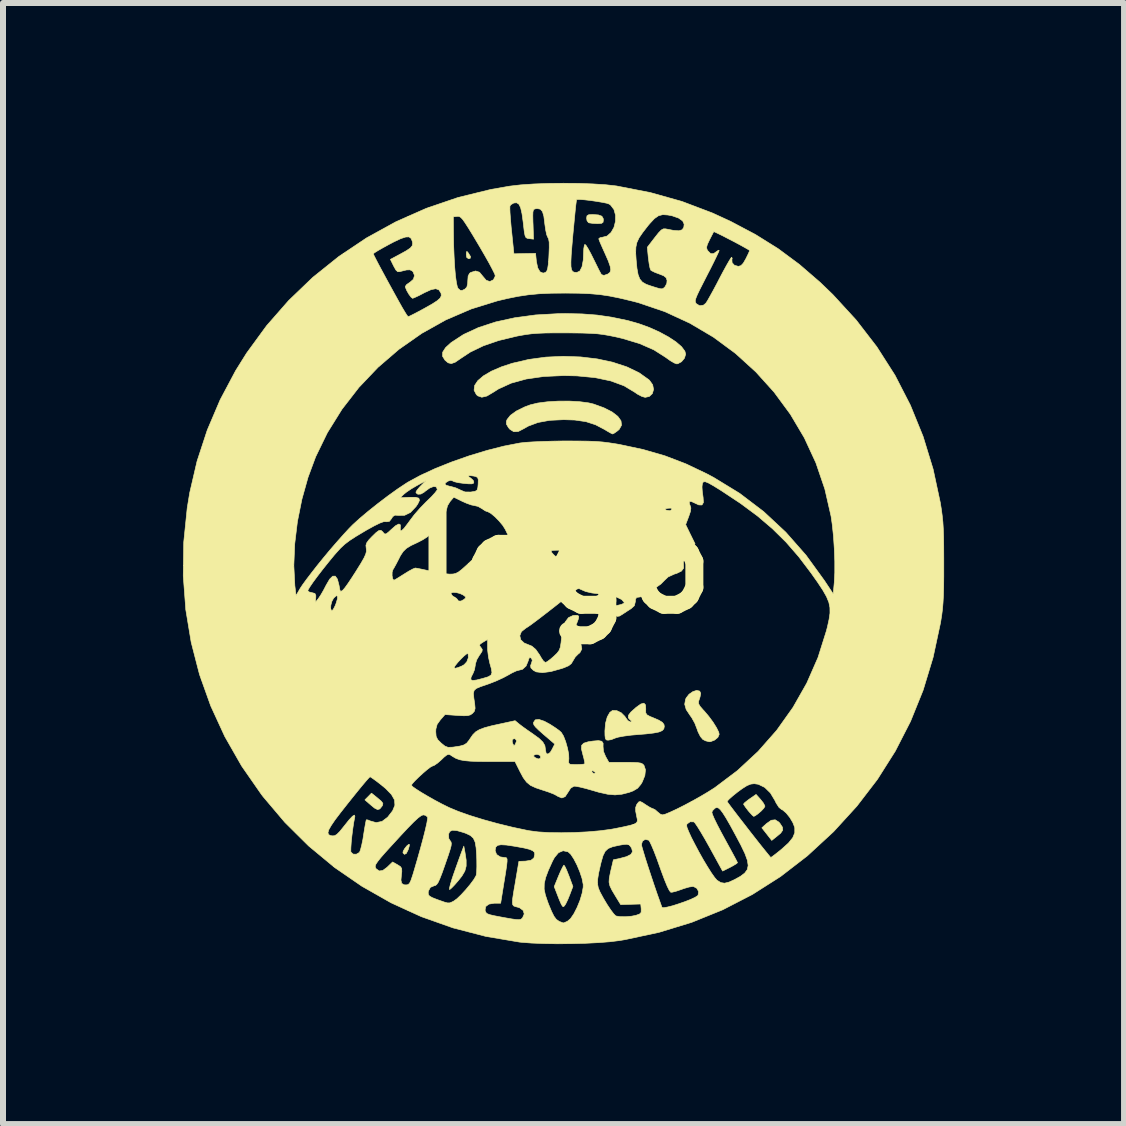
<source format=kicad_pcb>
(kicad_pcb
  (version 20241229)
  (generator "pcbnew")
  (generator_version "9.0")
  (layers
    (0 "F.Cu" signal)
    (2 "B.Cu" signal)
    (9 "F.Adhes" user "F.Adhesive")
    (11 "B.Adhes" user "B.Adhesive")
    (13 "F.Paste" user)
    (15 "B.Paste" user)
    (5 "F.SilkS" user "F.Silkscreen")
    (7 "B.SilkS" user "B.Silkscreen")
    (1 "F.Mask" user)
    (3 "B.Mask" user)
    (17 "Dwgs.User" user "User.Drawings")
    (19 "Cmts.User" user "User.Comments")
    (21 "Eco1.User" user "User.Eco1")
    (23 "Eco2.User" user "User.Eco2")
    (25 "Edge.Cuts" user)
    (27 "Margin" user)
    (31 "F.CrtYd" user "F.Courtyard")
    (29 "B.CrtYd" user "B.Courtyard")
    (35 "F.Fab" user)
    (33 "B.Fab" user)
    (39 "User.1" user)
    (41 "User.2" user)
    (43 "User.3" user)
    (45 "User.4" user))
  (footprint "logo"
    (layer "F.Cu")
    (at 6.348 6.343)
    (property "Reference" "logo" (at 0 0 0) (layer "F.SilkS") (effects (font (size 1.524 1.524) (thickness 0.3))))
    (attr through_hole)
    (fp_poly (pts (xy -1.587 -5.17) (xy -1.553 -5.114) (xy -1.561 -5.085) (xy -1.587 -5.08) (xy -1.618 -5.102) (xy -1.625 -5.15) (xy -1.622 -5.197) (xy -1.61 -5.199) (xy -1.587 -5.17)) (stroke (width 0.01) (type solid)) (fill yes) (layer "F.SilkS"))
    (fp_poly (pts (xy -3.101 3.913) (xy -3.041 3.964) (xy -3.016 3.998) (xy -3.019 4.027) (xy -3.031 4.048) (xy -3.067 4.092) (xy -3.104 4.103) (xy -3.154 4.078) (xy -3.215 4.028) (xy -3.315 3.941) (xy -3.205 3.829) (xy -3.101 3.913)) (stroke (width 0.01) (type solid)) (fill yes) (layer "F.SilkS"))
    (fp_poly (pts (xy -2.574 4.682) (xy -2.575 4.709) (xy -2.591 4.764) (xy -2.593 4.771) (xy -2.625 4.835) (xy -2.656 4.849) (xy -2.681 4.824) (xy -2.676 4.795) (xy -2.65 4.75) (xy -2.615 4.707) (xy -2.584 4.682) (xy -2.574 4.682)) (stroke (width 0.01) (type solid)) (fill yes) (layer "F.SilkS"))
    (fp_poly (pts (xy 3.586 4.312) (xy 3.605 4.334) (xy 3.646 4.397) (xy 3.65 4.446) (xy 3.616 4.496) (xy 3.562 4.541) (xy 3.467 4.617) (xy 3.385 4.512) (xy 3.302 4.407) (xy 3.379 4.337) (xy 3.458 4.281) (xy 3.525 4.273) (xy 3.586 4.312)) (stroke (width 0.01) (type solid)) (fill yes) (layer "F.SilkS"))
    (fp_poly (pts (xy 0.578 -5.81) (xy 0.635 -5.789) (xy 0.658 -5.749) (xy 0.66 -5.725) (xy 0.655 -5.687) (xy 0.63 -5.67) (xy 0.571 -5.666) (xy 0.552 -5.666) (xy 0.478 -5.67) (xy 0.422 -5.678) (xy 0.413 -5.681) (xy 0.388 -5.713) (xy 0.381 -5.755) (xy 0.387 -5.795) (xy 0.415 -5.813) (xy 0.478 -5.817) (xy 0.481 -5.817) (xy 0.578 -5.81)) (stroke (width 0.01) (type solid)) (fill yes) (layer "F.SilkS"))
    (fp_poly (pts (xy -1.647 4.813) (xy -1.627 4.945) (xy -1.627 5.045) (xy -1.649 5.128) (xy -1.698 5.211) (xy -1.754 5.282) (xy -1.816 5.354) (xy -1.868 5.408) (xy -1.9 5.435) (xy -1.904 5.436) (xy -1.905 5.413) (xy -1.891 5.354) (xy -1.865 5.266) (xy -1.839 5.188) (xy -1.797 5.069) (xy -1.756 4.954) (xy -1.722 4.861) (xy -1.709 4.826) (xy -1.666 4.712) (xy -1.647 4.813)) (stroke (width 0.01) (type solid)) (fill yes) (layer "F.SilkS"))
    (fp_poly (pts (xy 3.279 3.932) (xy 3.325 3.99) (xy 3.351 4.038) (xy 3.353 4.049) (xy 3.335 4.08) (xy 3.291 4.127) (xy 3.236 4.174) (xy 3.188 4.208) (xy 3.166 4.216) (xy 3.144 4.199) (xy 3.102 4.153) (xy 3.075 4.122) (xy 3.03 4.063) (xy 3.002 4.021) (xy 2.997 4.011) (xy 3.016 3.988) (xy 3.065 3.949) (xy 3.102 3.922) (xy 3.206 3.85) (xy 3.279 3.932)) (stroke (width 0.01) (type solid)) (fill yes) (layer "F.SilkS"))
    (fp_poly (pts (xy 0.019 5.051) (xy 0.047 5.109) (xy 0.08 5.192) (xy 0.086 5.207) (xy 0.152 5.385) (xy 0.101 5.52) (xy 0.067 5.604) (xy 0.033 5.674) (xy 0.016 5.701) (xy -0.002 5.721) (xy -0.02 5.716) (xy -0.042 5.68) (xy -0.074 5.606) (xy -0.089 5.568) (xy -0.159 5.387) (xy -0.086 5.208) (xy -0.049 5.123) (xy -0.018 5.06) (xy 0.001 5.03) (xy 0.003 5.029) (xy 0.019 5.051)) (stroke (width 0.01) (type solid)) (fill yes) (layer "F.SilkS"))
    (fp_poly (pts (xy 2.263 2.127) (xy 2.267 2.13) (xy 2.283 2.165) (xy 2.272 2.225) (xy 2.264 2.249) (xy 2.247 2.301) (xy 2.248 2.339) (xy 2.272 2.381) (xy 2.324 2.441) (xy 2.335 2.452) (xy 2.416 2.547) (xy 2.489 2.646) (xy 2.547 2.739) (xy 2.583 2.813) (xy 2.591 2.848) (xy 2.569 2.899) (xy 2.515 2.944) (xy 2.448 2.97) (xy 2.426 2.972) (xy 2.365 2.957) (xy 2.318 2.933) (xy 2.278 2.885) (xy 2.239 2.808) (xy 2.223 2.762) (xy 2.185 2.664) (xy 2.133 2.57) (xy 2.109 2.537) (xy 2.041 2.435) (xy 2.016 2.347) (xy 2.031 2.263) (xy 2.041 2.242) (xy 2.088 2.181) (xy 2.151 2.137) (xy 2.215 2.116) (xy 2.263 2.127)) (stroke (width 0.01) (type solid)) (fill yes) (layer "F.SilkS"))
    (fp_poly (pts (xy 0.264 -2.697) (xy 0.415 -2.677) (xy 0.495 -2.658) (xy 0.669 -2.595) (xy 0.805 -2.526) (xy 0.901 -2.452) (xy 0.954 -2.378) (xy 0.963 -2.305) (xy 0.925 -2.236) (xy 0.898 -2.212) (xy 0.848 -2.176) (xy 0.816 -2.159) (xy 0.814 -2.159) (xy 0.785 -2.172) (xy 0.728 -2.204) (xy 0.679 -2.234) (xy 0.53 -2.312) (xy 0.37 -2.364) (xy 0.185 -2.391) (xy 0 -2.397) (xy -0.235 -2.386) (xy -0.431 -2.35) (xy -0.591 -2.29) (xy -0.665 -2.248) (xy -0.758 -2.2) (xy -0.833 -2.196) (xy -0.897 -2.236) (xy -0.923 -2.266) (xy -0.956 -2.323) (xy -0.956 -2.37) (xy -0.945 -2.399) (xy -0.889 -2.47) (xy -0.789 -2.542) (xy -0.65 -2.61) (xy -0.559 -2.644) (xy -0.435 -2.674) (xy -0.275 -2.695) (xy -0.096 -2.706) (xy 0.089 -2.707) (xy 0.264 -2.697)) (stroke (width 0.01) (type solid)) (fill yes) (layer "F.SilkS"))
    (fp_poly (pts (xy 0.281 -3.443) (xy 0.558 -3.41) (xy 0.817 -3.354) (xy 1.052 -3.277) (xy 1.254 -3.18) (xy 1.417 -3.064) (xy 1.429 -3.053) (xy 1.482 -2.979) (xy 1.497 -2.901) (xy 1.477 -2.832) (xy 1.426 -2.784) (xy 1.357 -2.769) (xy 1.303 -2.784) (xy 1.23 -2.822) (xy 1.182 -2.855) (xy 1.004 -2.962) (xy 0.784 -3.043) (xy 0.522 -3.098) (xy 0.22 -3.127) (xy 0 -3.132) (xy -0.334 -3.117) (xy -0.625 -3.075) (xy -0.876 -3.006) (xy -1.087 -2.91) (xy -1.175 -2.854) (xy -1.281 -2.791) (xy -1.366 -2.771) (xy -1.433 -2.794) (xy -1.457 -2.815) (xy -1.495 -2.888) (xy -1.486 -2.967) (xy -1.433 -3.047) (xy -1.338 -3.128) (xy -1.205 -3.206) (xy -1.035 -3.279) (xy -0.859 -3.337) (xy -0.584 -3.401) (xy -0.297 -3.44) (xy -0.007 -3.453) (xy 0.281 -3.443)) (stroke (width 0.01) (type solid)) (fill yes) (layer "F.SilkS"))
    (fp_poly (pts (xy 1.363 2.358) (xy 1.367 2.429) (xy 1.366 2.448) (xy 1.367 2.492) (xy 1.387 2.523) (xy 1.438 2.551) (xy 1.486 2.57) (xy 1.585 2.613) (xy 1.644 2.649) (xy 1.671 2.685) (xy 1.676 2.718) (xy 1.668 2.757) (xy 1.64 2.787) (xy 1.585 2.81) (xy 1.496 2.827) (xy 1.367 2.842) (xy 1.265 2.85) (xy 1.124 2.862) (xy 1.002 2.878) (xy 0.91 2.895) (xy 0.86 2.91) (xy 0.792 2.937) (xy 0.738 2.946) (xy 0.709 2.941) (xy 0.693 2.918) (xy 0.687 2.865) (xy 0.686 2.791) (xy 0.696 2.665) (xy 0.725 2.559) (xy 0.768 2.483) (xy 0.812 2.451) (xy 0.883 2.453) (xy 0.958 2.489) (xy 1.019 2.55) (xy 1.031 2.57) (xy 1.069 2.62) (xy 1.11 2.642) (xy 1.11 2.642) (xy 1.137 2.638) (xy 1.123 2.62) (xy 1.106 2.607) (xy 1.075 2.572) (xy 1.079 2.53) (xy 1.12 2.476) (xy 1.202 2.403) (xy 1.206 2.399) (xy 1.285 2.343) (xy 1.336 2.329) (xy 1.363 2.358)) (stroke (width 0.01) (type solid)) (fill yes) (layer "F.SilkS"))
    (fp_poly (pts (xy 0.305 -4.16) (xy 0.555 -4.141) (xy 0.795 -4.106) (xy 1.045 -4.054) (xy 1.065 -4.05) (xy 1.249 -3.998) (xy 1.428 -3.933) (xy 1.595 -3.858) (xy 1.744 -3.777) (xy 1.869 -3.695) (xy 1.963 -3.614) (xy 2.019 -3.539) (xy 2.032 -3.489) (xy 2.012 -3.422) (xy 1.963 -3.363) (xy 1.902 -3.33) (xy 1.884 -3.327) (xy 1.842 -3.342) (xy 1.775 -3.381) (xy 1.697 -3.437) (xy 1.694 -3.439) (xy 1.502 -3.561) (xy 1.265 -3.665) (xy 0.983 -3.75) (xy 0.864 -3.778) (xy 0.755 -3.8) (xy 0.657 -3.817) (xy 0.558 -3.829) (xy 0.446 -3.836) (xy 0.312 -3.841) (xy 0.144 -3.843) (xy 0.038 -3.844) (xy -0.154 -3.844) (xy -0.306 -3.842) (xy -0.429 -3.837) (xy -0.535 -3.829) (xy -0.634 -3.816) (xy -0.738 -3.798) (xy -0.784 -3.789) (xy -1.083 -3.717) (xy -1.339 -3.629) (xy -1.559 -3.523) (xy -1.725 -3.413) (xy -1.811 -3.354) (xy -1.875 -3.332) (xy -1.928 -3.345) (xy -1.98 -3.389) (xy -2.021 -3.455) (xy -2.018 -3.523) (xy -1.97 -3.598) (xy -1.878 -3.682) (xy -1.671 -3.817) (xy -1.423 -3.932) (xy -1.136 -4.026) (xy -0.817 -4.096) (xy -0.469 -4.143) (xy -0.098 -4.164) (xy 0.025 -4.166) (xy 0.305 -4.16)) (stroke (width 0.01) (type solid)) (fill yes) (layer "F.SilkS"))
    (fp_poly (pts (xy 0.246 -6.336) (xy 0.487 -6.327) (xy 0.702 -6.313) (xy 0.88 -6.293) (xy 0.889 -6.291) (xy 1.443 -6.183) (xy 1.97 -6.035) (xy 2.479 -5.842) (xy 2.781 -5.703) (xy 3.195 -5.484) (xy 3.573 -5.248) (xy 3.928 -4.985) (xy 4.273 -4.687) (xy 4.484 -4.484) (xy 4.874 -4.059) (xy 5.22 -3.61) (xy 5.522 -3.137) (xy 5.778 -2.639) (xy 5.99 -2.118) (xy 6.157 -1.573) (xy 6.277 -1.014) (xy 6.295 -0.901) (xy 6.309 -0.796) (xy 6.32 -0.691) (xy 6.327 -0.577) (xy 6.332 -0.444) (xy 6.334 -0.282) (xy 6.335 -0.081) (xy 6.335 0) (xy 6.335 0.218) (xy 6.333 0.394) (xy 6.329 0.537) (xy 6.322 0.658) (xy 6.313 0.765) (xy 6.3 0.867) (xy 6.283 0.973) (xy 6.28 0.991) (xy 6.157 1.565) (xy 5.991 2.112) (xy 5.781 2.632) (xy 5.527 3.128) (xy 5.229 3.599) (xy 4.886 4.046) (xy 4.499 4.47) (xy 4.484 4.484) (xy 4.061 4.874) (xy 3.614 5.219) (xy 3.144 5.518) (xy 2.65 5.773) (xy 2.132 5.983) (xy 1.589 6.149) (xy 1.021 6.271) (xy 0.925 6.287) (xy 0.77 6.306) (xy 0.577 6.321) (xy 0.357 6.332) (xy 0.124 6.338) (xy -0.112 6.34) (xy -0.337 6.336) (xy -0.54 6.328) (xy -0.707 6.315) (xy -0.737 6.312) (xy -1.299 6.217) (xy -1.846 6.075) (xy -2.374 5.888) (xy -2.613 5.779) (xy -1.312 5.779) (xy -1.305 5.802) (xy -1.294 5.823) (xy -1.273 5.84) (xy -1.233 5.855) (xy -1.165 5.871) (xy -1.061 5.891) (xy -0.991 5.904) (xy -0.872 5.925) (xy -0.793 5.936) (xy -0.744 5.938) (xy -0.714 5.931) (xy -0.694 5.915) (xy -0.687 5.907) (xy -0.659 5.843) (xy -0.677 5.784) (xy -0.736 5.74) (xy -0.768 5.73) (xy -0.807 5.72) (xy -0.835 5.709) (xy -0.851 5.688) (xy -0.856 5.651) (xy -0.852 5.589) (xy -0.838 5.495) (xy -0.827 5.429) (xy -0.327 5.429) (xy -0.307 5.525) (xy -0.269 5.638) (xy -0.252 5.683) (xy -0.203 5.801) (xy -0.163 5.881) (xy -0.124 5.933) (xy -0.078 5.966) (xy -0.019 5.989) (xy -0.008 5.993) (xy 0.016 5.985) (xy 0.061 5.965) (xy 0.113 5.921) (xy 0.169 5.839) (xy 0.223 5.733) (xy 0.271 5.615) (xy 0.306 5.498) (xy 0.324 5.396) (xy 0.324 5.345) (xy 0.322 5.34) (xy 0.563 5.34) (xy 0.575 5.405) (xy 0.601 5.469) (xy 0.611 5.489) (xy 0.665 5.588) (xy 0.725 5.688) (xy 0.783 5.775) (xy 0.833 5.841) (xy 0.867 5.875) (xy 0.869 5.876) (xy 0.936 5.888) (xy 1.03 5.889) (xy 1.131 5.88) (xy 1.202 5.866) (xy 1.264 5.844) (xy 1.29 5.817) (xy 1.291 5.767) (xy 1.291 5.758) (xy 1.283 5.677) (xy 0.949 5.687) (xy 0.862 5.545) (xy 0.803 5.446) (xy 0.769 5.375) (xy 0.755 5.313) (xy 0.759 5.245) (xy 0.777 5.154) (xy 0.783 5.127) (xy 0.827 4.94) (xy 0.928 4.919) (xy 1.047 4.887) (xy 1.119 4.85) (xy 1.146 4.805) (xy 1.132 4.748) (xy 1.11 4.714) (xy 1.086 4.69) (xy 1.063 4.684) (xy 1.295 4.684) (xy 1.303 4.723) (xy 1.326 4.802) (xy 1.359 4.912) (xy 1.402 5.046) (xy 1.451 5.195) (xy 1.503 5.351) (xy 1.556 5.506) (xy 1.608 5.652) (xy 1.637 5.733) (xy 1.664 5.739) (xy 1.727 5.728) (xy 1.815 5.706) (xy 1.915 5.674) (xy 2.019 5.638) (xy 2.114 5.601) (xy 2.189 5.566) (xy 2.233 5.537) (xy 2.239 5.53) (xy 2.248 5.47) (xy 2.219 5.416) (xy 2.164 5.386) (xy 2.146 5.385) (xy 2.088 5.394) (xy 2.006 5.418) (xy 1.953 5.437) (xy 1.873 5.464) (xy 1.809 5.48) (xy 1.784 5.481) (xy 1.761 5.454) (xy 1.725 5.382) (xy 1.678 5.268) (xy 1.622 5.117) (xy 1.6 5.056) (xy 1.551 4.918) (xy 1.504 4.796) (xy 1.463 4.699) (xy 1.432 4.635) (xy 1.417 4.613) (xy 1.358 4.6) (xy 1.313 4.628) (xy 1.295 4.684) (xy 1.063 4.684) (xy 1.051 4.681) (xy 0.992 4.686) (xy 0.928 4.697) (xy 0.818 4.721) (xy 0.742 4.751) (xy 0.691 4.798) (xy 0.654 4.872) (xy 0.622 4.983) (xy 0.612 5.025) (xy 0.581 5.163) (xy 0.565 5.264) (xy 0.563 5.34) (xy 0.322 5.34) (xy 0.304 5.249) (xy 0.267 5.138) (xy 0.22 5.026) (xy 0.167 4.924) (xy 0.116 4.847) (xy 0.072 4.807) (xy -0.011 4.789) (xy -0.087 4.821) (xy -0.155 4.902) (xy -0.188 4.963) (xy -0.257 5.116) (xy -0.302 5.236) (xy -0.325 5.336) (xy -0.327 5.429) (xy -0.827 5.429) (xy -0.815 5.362) (xy -0.804 5.296) (xy -0.748 4.966) (xy -0.637 4.962) (xy -0.547 4.948) (xy -0.498 4.91) (xy -0.483 4.846) (xy -0.49 4.814) (xy -0.518 4.788) (xy -0.573 4.765) (xy -0.662 4.743) (xy -0.794 4.719) (xy -0.822 4.714) (xy -0.955 4.694) (xy -1.046 4.689) (xy -1.103 4.699) (xy -1.133 4.728) (xy -1.143 4.776) (xy -1.143 4.79) (xy -1.12 4.851) (xy -1.06 4.891) (xy -0.992 4.902) (xy -0.969 4.903) (xy -0.953 4.909) (xy -0.945 4.929) (xy -0.945 4.969) (xy -0.952 5.036) (xy -0.967 5.137) (xy -0.99 5.281) (xy -0.996 5.315) (xy -1.052 5.664) (xy -1.16 5.664) (xy -1.248 5.679) (xy -1.301 5.719) (xy -1.312 5.779) (xy -2.613 5.779) (xy -2.881 5.656) (xy -3.171 5.491) (xy -2.26 5.491) (xy -2.256 5.522) (xy -2.237 5.545) (xy -2.193 5.57) (xy -2.114 5.601) (xy -2.075 5.615) (xy -1.99 5.645) (xy -1.937 5.659) (xy -1.899 5.658) (xy -1.861 5.642) (xy -1.834 5.628) (xy -1.78 5.589) (xy -1.709 5.521) (xy -1.632 5.437) (xy -1.558 5.348) (xy -1.498 5.267) (xy -1.462 5.205) (xy -1.458 5.191) (xy -1.452 5.14) (xy -1.449 5.052) (xy -1.45 4.943) (xy -1.452 4.878) (xy -1.461 4.741) (xy -1.477 4.646) (xy -1.507 4.58) (xy -1.556 4.535) (xy -1.629 4.5) (xy -1.671 4.485) (xy -1.782 4.453) (xy -1.856 4.447) (xy -1.9 4.468) (xy -1.92 4.51) (xy -1.917 4.585) (xy -1.895 4.62) (xy -1.88 4.64) (xy -1.874 4.667) (xy -1.878 4.708) (xy -1.895 4.771) (xy -1.925 4.864) (xy -1.971 4.996) (xy -1.978 5.017) (xy -2.027 5.156) (xy -2.065 5.253) (xy -2.094 5.317) (xy -2.119 5.353) (xy -2.142 5.369) (xy -2.158 5.372) (xy -2.223 5.399) (xy -2.257 5.462) (xy -2.26 5.491) (xy -3.171 5.491) (xy -3.365 5.381) (xy -3.823 5.066) (xy -3.85 5.043) (xy -3.143 5.043) (xy -3.141 5.066) (xy -3.13 5.086) (xy -3.126 5.091) (xy -3.076 5.126) (xy -3.017 5.118) (xy -2.944 5.064) (xy -2.933 5.053) (xy -2.853 4.976) (xy -2.772 5.022) (xy -2.723 5.053) (xy -2.702 5.085) (xy -2.7 5.138) (xy -2.706 5.187) (xy -2.714 5.279) (xy -2.702 5.332) (xy -2.667 5.356) (xy -2.628 5.359) (xy -2.597 5.354) (xy -2.572 5.333) (xy -2.549 5.287) (xy -2.521 5.205) (xy -2.504 5.15) (xy -2.443 4.942) (xy -2.389 4.75) (xy -2.343 4.58) (xy -2.307 4.437) (xy -2.282 4.326) (xy -2.27 4.254) (xy -2.27 4.228) (xy -2.304 4.199) (xy -2.343 4.191) (xy -2.375 4.203) (xy -2.427 4.241) (xy -2.5 4.308) (xy -2.598 4.408) (xy -2.724 4.543) (xy -2.747 4.568) (xy -2.879 4.712) (xy -2.98 4.823) (xy -3.053 4.907) (xy -3.102 4.969) (xy -3.131 5.012) (xy -3.143 5.043) (xy -3.85 5.043) (xy -4.252 4.71) (xy -4.475 4.489) (xy -3.931 4.489) (xy -3.921 4.519) (xy -3.89 4.536) (xy -3.859 4.541) (xy -3.822 4.539) (xy -3.783 4.517) (xy -3.734 4.468) (xy -3.667 4.385) (xy -3.656 4.371) (xy -3.576 4.271) (xy -3.521 4.213) (xy -3.49 4.195) (xy -3.482 4.217) (xy -3.488 4.248) (xy -3.503 4.328) (xy -3.518 4.43) (xy -3.532 4.542) (xy -3.543 4.649) (xy -3.549 4.739) (xy -3.55 4.798) (xy -3.547 4.812) (xy -3.512 4.845) (xy -3.458 4.847) (xy -3.408 4.818) (xy -3.405 4.815) (xy -3.389 4.775) (xy -3.369 4.698) (xy -3.348 4.597) (xy -3.338 4.531) (xy -3.321 4.425) (xy -3.306 4.339) (xy -3.295 4.285) (xy -3.291 4.273) (xy -3.264 4.276) (xy -3.23 4.291) (xy -3.128 4.32) (xy -3.029 4.3) (xy -2.936 4.23) (xy -2.932 4.225) (xy -2.853 4.123) (xy -2.815 4.031) (xy -2.821 3.942) (xy -2.872 3.852) (xy -2.969 3.752) (xy -3.035 3.697) (xy -2.54 3.697) (xy -2.519 3.721) (xy -2.461 3.762) (xy -2.376 3.816) (xy -2.271 3.878) (xy -2.155 3.944) (xy -2.037 4.007) (xy -1.926 4.062) (xy -1.91 4.07) (xy -1.756 4.134) (xy -1.563 4.202) (xy -1.34 4.271) (xy -1.1 4.337) (xy -0.851 4.398) (xy -0.605 4.45) (xy -0.572 4.456) (xy -0.428 4.475) (xy -0.247 4.486) (xy -0.04 4.489) (xy 0.179 4.485) (xy 0.397 4.474) (xy 0.604 4.456) (xy 0.785 4.432) (xy 0.846 4.421) (xy 0.995 4.391) (xy 1.101 4.367) (xy 1.133 4.358) (xy 2.048 4.358) (xy 2.053 4.396) (xy 2.082 4.469) (xy 2.127 4.568) (xy 2.187 4.684) (xy 2.254 4.81) (xy 2.325 4.937) (xy 2.396 5.055) (xy 2.461 5.158) (xy 2.516 5.236) (xy 2.555 5.281) (xy 2.557 5.282) (xy 2.618 5.32) (xy 2.68 5.33) (xy 2.755 5.312) (xy 2.847 5.27) (xy 2.946 5.215) (xy 3.016 5.162) (xy 3.059 5.104) (xy 3.074 5.035) (xy 3.061 4.948) (xy 3.02 4.836) (xy 2.952 4.694) (xy 2.867 4.534) (xy 2.778 4.37) (xy 2.708 4.248) (xy 2.653 4.161) (xy 2.611 4.105) (xy 2.578 4.076) (xy 2.549 4.069) (xy 2.522 4.079) (xy 2.521 4.08) (xy 2.48 4.121) (xy 2.469 4.148) (xy 2.478 4.182) (xy 2.508 4.253) (xy 2.556 4.351) (xy 2.618 4.47) (xy 2.678 4.581) (xy 2.748 4.709) (xy 2.809 4.821) (xy 2.857 4.91) (xy 2.887 4.968) (xy 2.896 4.989) (xy 2.875 5.007) (xy 2.822 5.039) (xy 2.772 5.066) (xy 2.648 5.128) (xy 2.427 4.725) (xy 2.354 4.595) (xy 2.287 4.481) (xy 2.231 4.39) (xy 2.19 4.33) (xy 2.17 4.308) (xy 2.107 4.306) (xy 2.057 4.341) (xy 2.048 4.358) (xy 1.133 4.358) (xy 1.17 4.347) (xy 1.209 4.325) (xy 1.226 4.299) (xy 1.226 4.265) (xy 1.217 4.224) (xy 1.199 4.131) (xy 1.198 4.07) (xy 1.214 4.023) (xy 1.229 4) (xy 1.253 3.973) (xy 1.278 3.969) (xy 1.32 3.991) (xy 1.364 4.021) (xy 1.428 4.061) (xy 1.477 4.086) (xy 1.49 4.089) (xy 1.525 4.107) (xy 1.562 4.14) (xy 1.61 4.179) (xy 1.646 4.191) (xy 1.694 4.179) (xy 1.778 4.144) (xy 1.887 4.093) (xy 2.014 4.029) (xy 2.126 3.969) (xy 2.724 3.969) (xy 2.741 3.994) (xy 2.784 4.052) (xy 2.847 4.135) (xy 2.925 4.237) (xy 3.013 4.35) (xy 3.105 4.469) (xy 3.196 4.585) (xy 3.281 4.693) (xy 3.355 4.785) (xy 3.411 4.854) (xy 3.444 4.894) (xy 3.452 4.901) (xy 3.474 4.887) (xy 3.527 4.847) (xy 3.599 4.79) (xy 3.633 4.762) (xy 3.746 4.66) (xy 3.817 4.572) (xy 3.851 4.49) (xy 3.851 4.408) (xy 3.849 4.397) (xy 3.819 4.32) (xy 3.769 4.236) (xy 3.709 4.161) (xy 3.651 4.111) (xy 3.632 4.102) (xy 3.588 4.067) (xy 3.54 3.993) (xy 3.52 3.951) (xy 3.445 3.826) (xy 3.35 3.733) (xy 3.243 3.681) (xy 3.175 3.671) (xy 3.117 3.678) (xy 3.055 3.703) (xy 2.977 3.752) (xy 2.899 3.809) (xy 2.819 3.873) (xy 2.759 3.926) (xy 2.727 3.961) (xy 2.724 3.969) (xy 2.126 3.969) (xy 2.149 3.957) (xy 2.284 3.881) (xy 2.41 3.806) (xy 2.517 3.738) (xy 2.895 3.453) (xy 3.24 3.133) (xy 3.55 2.781) (xy 3.821 2.4) (xy 4.051 1.995) (xy 4.238 1.568) (xy 4.378 1.124) (xy 4.396 1.054) (xy 4.423 0.931) (xy 4.438 0.828) (xy 4.437 0.737) (xy 4.419 0.648) (xy 4.38 0.553) (xy 4.318 0.444) (xy 4.23 0.311) (xy 4.124 0.161) (xy 3.918 -0.111) (xy 3.706 -0.355) (xy 3.479 -0.579) (xy 3.229 -0.792) (xy 2.947 -1.001) (xy 2.624 -1.215) (xy 2.622 -1.216) (xy 2.5 -1.292) (xy 2.415 -1.34) (xy 2.359 -1.363) (xy 2.327 -1.36) (xy 2.311 -1.333) (xy 2.305 -1.284) (xy 2.305 -1.264) (xy 2.309 -1.202) (xy 2.32 -1.121) (xy 2.323 -1.099) (xy 2.328 -1.016) (xy 2.304 -0.975) (xy 2.251 -0.976) (xy 2.186 -1.006) (xy 2.123 -1.035) (xy 2.092 -1.029) (xy 2.097 -0.989) (xy 2.106 -0.968) (xy 2.119 -0.924) (xy 2.111 -0.864) (xy 2.083 -0.782) (xy 2.032 -0.648) (xy 2.11 -0.487) (xy 2.189 -0.327) (xy 2.123 -0.232) (xy 2.083 -0.165) (xy 2.06 -0.109) (xy 2.057 -0.094) (xy 2.039 -0.057) (xy 2.019 -0.051) (xy 1.993 -0.037) (xy 1.996 0.01) (xy 1.996 0.013) (xy 1.998 0.078) (xy 1.962 0.127) (xy 1.884 0.165) (xy 1.844 0.177) (xy 1.741 0.224) (xy 1.679 0.282) (xy 1.619 0.343) (xy 1.542 0.397) (xy 1.53 0.403) (xy 1.456 0.448) (xy 1.395 0.497) (xy 1.387 0.505) (xy 1.321 0.548) (xy 1.266 0.559) (xy 1.215 0.566) (xy 1.196 0.597) (xy 1.194 0.634) (xy 1.177 0.704) (xy 1.124 0.752) (xy 1.051 0.799) (xy 0.98 0.846) (xy 0.929 0.877) (xy 0.891 0.882) (xy 0.841 0.861) (xy 0.821 0.85) (xy 0.757 0.804) (xy 0.743 0.764) (xy 0.779 0.731) (xy 0.864 0.705) (xy 0.884 0.701) (xy 0.96 0.683) (xy 1.003 0.663) (xy 1.008 0.651) (xy 0.967 0.602) (xy 0.882 0.561) (xy 0.76 0.529) (xy 0.611 0.509) (xy 0.469 0.492) (xy 0.366 0.468) (xy 0.317 0.447) (xy 0.254 0.419) (xy 0.221 0.427) (xy 0.013 0.589) (xy -0.157 0.723) (xy -0.296 0.831) (xy -0.405 0.915) (xy -0.49 0.979) (xy -0.552 1.025) (xy -0.597 1.056) (xy -0.627 1.075) (xy -0.635 1.08) (xy -0.706 1.137) (xy -0.733 1.205) (xy -0.717 1.272) (xy -0.66 1.326) (xy -0.608 1.347) (xy -0.532 1.378) (xy -0.467 1.433) (xy -0.404 1.523) (xy -0.376 1.572) (xy -0.34 1.625) (xy -0.309 1.65) (xy -0.305 1.651) (xy -0.273 1.635) (xy -0.218 1.593) (xy -0.167 1.549) (xy -0.111 1.495) (xy -0.077 1.449) (xy -0.057 1.396) (xy -0.045 1.319) (xy -0.038 1.25) (xy -0.015 1.09) (xy 0.024 0.976) (xy 0.079 0.903) (xy 0.154 0.868) (xy 0.202 0.864) (xy 0.236 0.867) (xy 0.25 0.885) (xy 0.243 0.926) (xy 0.216 1) (xy 0.2 1.037) (xy 0.146 1.167) (xy 0.225 1.258) (xy 0.287 1.348) (xy 0.301 1.426) (xy 0.268 1.489) (xy 0.245 1.506) (xy 0.192 1.559) (xy 0.154 1.622) (xy 0.126 1.669) (xy 0.081 1.705) (xy 0.004 1.738) (xy -0.037 1.752) (xy -0.216 1.802) (xy -0.356 1.82) (xy -0.46 1.807) (xy -0.507 1.781) (xy -0.548 1.741) (xy -0.553 1.702) (xy -0.54 1.668) (xy -0.524 1.614) (xy -0.54 1.58) (xy -0.544 1.576) (xy -0.57 1.567) (xy -0.587 1.599) (xy -0.592 1.622) (xy -0.628 1.709) (xy -0.687 1.764) (xy -0.742 1.778) (xy -0.791 1.791) (xy -0.864 1.825) (xy -0.924 1.859) (xy -1.01 1.905) (xy -1.123 1.957) (xy -1.245 2.005) (xy -1.283 2.018) (xy -1.391 2.055) (xy -1.459 2.084) (xy -1.495 2.118) (xy -1.506 2.167) (xy -1.499 2.244) (xy -1.485 2.337) (xy -1.478 2.414) (xy -1.489 2.462) (xy -1.521 2.499) (xy -1.555 2.523) (xy -1.598 2.536) (xy -1.664 2.539) (xy -1.765 2.534) (xy -1.777 2.533) (xy -1.98 2.519) (xy -2.057 2.607) (xy -2.111 2.682) (xy -2.132 2.761) (xy -2.134 2.805) (xy -2.128 2.881) (xy -2.102 2.936) (xy -2.045 2.993) (xy -2.042 2.996) (xy -1.981 3.045) (xy -1.929 3.065) (xy -1.861 3.063) (xy -1.833 3.06) (xy -1.73 3.044) (xy -1.664 3.025) (xy -1.618 2.996) (xy -1.602 2.976) (xy -0.859 2.976) (xy -0.847 3.01) (xy -0.83 3.037) (xy -0.81 3.018) (xy -0.79 2.968) (xy -0.788 2.953) (xy -0.808 2.925) (xy -0.826 2.921) (xy -0.858 2.933) (xy -0.859 2.976) (xy -1.602 2.976) (xy -1.58 2.949) (xy -1.561 2.92) (xy -1.516 2.855) (xy -1.468 2.807) (xy -1.406 2.77) (xy -1.321 2.738) (xy -1.202 2.706) (xy -1.097 2.683) (xy -0.811 2.621) (xy -0.742 2.678) (xy -0.686 2.721) (xy -0.605 2.779) (xy -0.516 2.84) (xy -0.515 2.841) (xy -0.413 2.915) (xy -0.349 2.977) (xy -0.315 3.036) (xy -0.305 3.102) (xy -0.305 3.108) (xy -0.293 3.165) (xy -0.264 3.178) (xy -0.225 3.149) (xy -0.196 3.101) (xy -0.15 3.01) (xy -0.234 2.938) (xy -0.344 2.844) (xy -0.42 2.776) (xy -0.469 2.728) (xy -0.495 2.695) (xy -0.505 2.67) (xy -0.504 2.65) (xy -0.475 2.607) (xy -0.414 2.6) (xy -0.324 2.63) (xy -0.23 2.681) (xy -0.148 2.734) (xy -0.079 2.783) (xy -0.041 2.817) (xy -0.004 2.878) (xy 0.032 2.971) (xy 0.062 3.077) (xy 0.082 3.178) (xy 0.085 3.256) (xy 0.084 3.262) (xy 0.08 3.32) (xy 0.098 3.345) (xy 0.118 3.349) (xy 0.186 3.352) (xy 0.26 3.351) (xy 0.321 3.347) (xy 0.351 3.341) (xy 0.349 3.313) (xy 0.336 3.252) (xy 0.318 3.184) (xy 0.295 3.092) (xy 0.298 3.032) (xy 0.333 2.996) (xy 0.406 2.973) (xy 0.484 2.961) (xy 0.579 2.953) (xy 0.634 2.964) (xy 0.656 2.997) (xy 0.655 3.051) (xy 0.662 3.133) (xy 0.698 3.219) (xy 0.752 3.315) (xy 1.025 3.315) (xy 1.149 3.316) (xy 1.231 3.32) (xy 1.283 3.328) (xy 1.315 3.343) (xy 1.337 3.365) (xy 1.362 3.439) (xy 1.352 3.535) (xy 1.309 3.642) (xy 1.284 3.684) (xy 1.231 3.747) (xy 1.157 3.791) (xy 1.087 3.817) (xy 0.968 3.847) (xy 0.854 3.858) (xy 0.732 3.847) (xy 0.588 3.815) (xy 0.478 3.783) (xy 0.366 3.751) (xy 0.268 3.727) (xy 0.197 3.714) (xy 0.17 3.713) (xy 0.116 3.745) (xy 0.07 3.816) (xy 0.023 3.887) (xy -0.032 3.909) (xy -0.098 3.883) (xy -0.114 3.872) (xy -0.163 3.846) (xy -0.244 3.814) (xy -0.339 3.782) (xy -0.341 3.782) (xy -0.466 3.74) (xy -0.555 3.699) (xy -0.62 3.645) (xy -0.675 3.571) (xy -0.726 3.476) (xy -0.729 3.47) (xy 0.466 3.47) (xy 0.47 3.48) (xy 0.504 3.504) (xy 0.511 3.505) (xy 0.525 3.49) (xy 0.521 3.48) (xy 0.487 3.455) (xy 0.48 3.454) (xy 0.466 3.47) (xy -0.729 3.47) (xy -0.813 3.302) (xy -1.246 3.302) (xy -1.422 3.301) (xy -1.556 3.296) (xy -1.657 3.287) (xy -1.735 3.272) (xy -1.798 3.249) (xy -1.855 3.216) (xy -1.875 3.202) (xy -0.506 3.202) (xy -0.496 3.221) (xy -0.471 3.24) (xy -0.425 3.259) (xy -0.391 3.249) (xy -0.384 3.221) (xy -0.4 3.197) (xy -0.445 3.181) (xy -0.475 3.186) (xy -0.506 3.202) (xy -1.875 3.202) (xy -1.885 3.195) (xy -1.915 3.182) (xy -1.949 3.192) (xy -1.998 3.231) (xy -2.039 3.271) (xy -2.104 3.328) (xy -2.161 3.367) (xy -2.191 3.378) (xy -2.223 3.395) (xy -2.278 3.437) (xy -2.347 3.496) (xy -2.419 3.562) (xy -2.482 3.624) (xy -2.526 3.673) (xy -2.54 3.697) (xy -3.035 3.697) (xy -3.035 3.697) (xy -3.116 3.634) (xy -3.182 3.586) (xy -3.223 3.559) (xy -3.23 3.556) (xy -3.25 3.575) (xy -3.297 3.628) (xy -3.366 3.71) (xy -3.451 3.814) (xy -3.549 3.936) (xy -3.593 3.991) (xy -3.719 4.151) (xy -3.814 4.276) (xy -3.879 4.372) (xy -3.918 4.441) (xy -3.931 4.489) (xy -4.475 4.489) (xy -4.649 4.316) (xy -5.013 3.886) (xy -5.042 3.848) (xy -5.37 3.376) (xy -5.651 2.884) (xy -5.885 2.375) (xy -6.042 1.936) (xy -1.55 1.936) (xy -1.521 1.951) (xy -1.454 1.943) (xy -1.344 1.915) (xy -1.342 1.914) (xy -1.259 1.889) (xy -1.213 1.861) (xy -1.197 1.818) (xy -1.208 1.75) (xy -1.232 1.666) (xy -1.255 1.562) (xy -1.269 1.446) (xy -1.27 1.404) (xy -1.27 1.267) (xy -1.346 1.312) (xy -1.394 1.344) (xy -1.404 1.369) (xy -1.381 1.4) (xy -1.359 1.432) (xy -1.362 1.464) (xy -1.394 1.514) (xy -1.407 1.531) (xy -1.45 1.604) (xy -1.473 1.676) (xy -1.474 1.691) (xy -1.488 1.771) (xy -1.511 1.829) (xy -1.545 1.896) (xy -1.55 1.936) (xy -6.042 1.936) (xy -6.072 1.851) (xy -6.101 1.74) (xy -1.829 1.74) (xy -1.809 1.747) (xy -1.761 1.735) (xy -1.7 1.71) (xy -1.661 1.688) (xy -1.616 1.639) (xy -1.591 1.572) (xy -1.594 1.511) (xy -1.599 1.501) (xy -1.62 1.508) (xy -1.662 1.542) (xy -1.715 1.594) (xy -1.768 1.651) (xy -1.809 1.702) (xy -1.828 1.737) (xy -1.829 1.74) (xy -6.101 1.74) (xy -6.211 1.313) (xy -6.302 0.764) (xy -6.302 0.753) (xy -3.886 0.753) (xy -3.872 0.785) (xy -3.864 0.787) (xy -3.843 0.766) (xy -3.814 0.711) (xy -3.798 0.672) (xy -3.773 0.59) (xy -3.772 0.545) (xy -3.792 0.538) (xy -3.833 0.575) (xy -3.838 0.581) (xy -3.866 0.633) (xy -3.883 0.697) (xy -3.886 0.753) (xy -6.302 0.753) (xy -6.343 0.207) (xy -6.341 0.034) (xy -4.5 0.034) (xy -4.483 0.369) (xy -4.479 0.401) (xy -4.463 0.535) (xy -4.416 0.454) (xy -4.267 0.454) (xy -4.245 0.475) (xy -4.197 0.487) (xy -4.148 0.5) (xy -4.133 0.534) (xy -4.134 0.572) (xy -4.141 0.648) (xy -4.09 0.584) (xy -4.052 0.528) (xy -4.034 0.497) (xy -1.88 0.497) (xy -1.866 0.526) (xy -1.835 0.572) (xy -1.777 0.625) (xy -1.713 0.627) (xy -1.665 0.601) (xy -1.635 0.574) (xy -1.642 0.552) (xy -1.678 0.525) (xy -1.73 0.501) (xy -1.792 0.485) (xy -1.847 0.482) (xy -1.878 0.492) (xy -1.88 0.497) (xy -4.034 0.497) (xy -4.004 0.445) (xy -3.961 0.362) (xy -3.903 0.262) (xy -3.852 0.212) (xy -3.809 0.211) (xy -3.773 0.261) (xy -3.747 0.361) (xy -3.744 0.377) (xy -3.732 0.443) (xy -3.719 0.466) (xy -3.696 0.455) (xy -3.678 0.44) (xy -3.646 0.402) (xy -3.595 0.331) (xy -3.531 0.235) (xy -3.51 0.203) (xy -2.862 0.203) (xy -2.852 0.255) (xy -2.834 0.279) (xy -2.832 0.279) (xy -2.807 0.267) (xy -2.751 0.233) (xy -2.675 0.185) (xy -2.664 0.178) (xy -2.583 0.128) (xy -2.516 0.092) (xy -2.476 0.076) (xy -2.474 0.076) (xy -2.436 0.082) (xy -2.362 0.097) (xy -2.266 0.118) (xy -2.23 0.127) (xy -2.115 0.151) (xy -2.002 0.169) (xy -1.912 0.177) (xy -1.899 0.178) (xy -1.845 0.176) (xy -1.801 0.166) (xy -1.756 0.143) (xy -1.7 0.1) (xy -1.623 0.031) (xy -1.596 0.006) (xy 1.31 0.006) (xy 1.312 0.034) (xy 1.36 0.1) (xy 1.411 0.143) (xy 1.44 0.152) (xy 1.459 0.144) (xy 1.448 0.113) (xy 1.435 0.092) (xy 1.414 0.053) (xy 1.41 0.014) (xy 1.424 -0.042) (xy 1.447 -0.105) (xy 1.48 -0.194) (xy 1.494 -0.247) (xy 1.492 -0.271) (xy 1.472 -0.279) (xy 1.46 -0.279) (xy 1.431 -0.258) (xy 1.394 -0.203) (xy 1.356 -0.13) (xy 1.326 -0.056) (xy 1.31 0.006) (xy -1.596 0.006) (xy -1.569 -0.02) (xy -1.475 -0.107) (xy -1.384 -0.187) (xy -1.353 -0.213) (xy -0.208 -0.213) (xy -0.206 -0.189) (xy -0.171 -0.148) (xy -0.148 -0.127) (xy -0.078 -0.081) (xy -0.021 -0.079) (xy 0.035 -0.122) (xy 0.05 -0.138) (xy 0.101 -0.172) (xy 0.134 -0.178) (xy 0.169 -0.184) (xy 0.17 -0.194) (xy 0.136 -0.204) (xy 0.069 -0.213) (xy -0.016 -0.219) (xy -0.102 -0.221) (xy -0.172 -0.219) (xy -0.208 -0.213) (xy -1.353 -0.213) (xy -1.309 -0.25) (xy -1.27 -0.279) (xy -1.201 -0.334) (xy -1.143 -0.389) (xy -1.135 -0.399) (xy -1.066 -0.448) (xy -1.005 -0.457) (xy -0.922 -0.457) (xy -0.975 -0.568) (xy -1.017 -0.635) (xy -1.079 -0.709) (xy -1.148 -0.779) (xy -1.214 -0.834) (xy -1.265 -0.862) (xy -1.275 -0.864) (xy -1.311 -0.878) (xy -1.356 -0.909) (xy 1.689 -0.909) (xy 1.691 -0.898) (xy 1.715 -0.888) (xy 1.774 -0.879) (xy 1.802 -0.902) (xy 1.803 -0.912) (xy 1.782 -0.923) (xy 1.734 -0.92) (xy 1.689 -0.909) (xy -1.356 -0.909) (xy -1.363 -0.913) (xy -1.365 -0.914) (xy -1.429 -0.951) (xy -1.489 -0.965) (xy -1.543 -0.976) (xy -1.623 -1.005) (xy -1.691 -1.035) (xy -1.833 -1.105) (xy -1.894 -1.034) (xy -1.938 -0.963) (xy -1.956 -0.89) (xy -1.956 -0.888) (xy -1.976 -0.814) (xy -2.037 -0.721) (xy -2.064 -0.689) (xy -2.129 -0.611) (xy -2.187 -0.538) (xy -2.219 -0.495) (xy -2.267 -0.449) (xy -2.347 -0.397) (xy -2.435 -0.351) (xy -2.546 -0.299) (xy -2.623 -0.252) (xy -2.677 -0.199) (xy -2.723 -0.13) (xy -2.755 -0.066) (xy -2.796 0.013) (xy -2.832 0.078) (xy -2.848 0.104) (xy -2.861 0.146) (xy -2.862 0.203) (xy -3.51 0.203) (xy -3.461 0.126) (xy -3.453 0.113) (xy -3.379 -0.006) (xy -3.33 -0.092) (xy -3.302 -0.154) (xy -3.29 -0.2) (xy -3.291 -0.24) (xy -3.293 -0.252) (xy -3.298 -0.302) (xy -3.284 -0.345) (xy -3.246 -0.397) (xy -3.199 -0.446) (xy -3.128 -0.515) (xy -3.081 -0.549) (xy -3.047 -0.552) (xy -3.017 -0.527) (xy -3.008 -0.514) (xy -2.986 -0.492) (xy -2.961 -0.493) (xy -2.921 -0.524) (xy -2.877 -0.565) (xy -2.8 -0.632) (xy -2.748 -0.658) (xy -2.723 -0.643) (xy -2.724 -0.596) (xy -2.726 -0.548) (xy -2.705 -0.545) (xy -2.661 -0.587) (xy -2.594 -0.675) (xy -2.565 -0.715) (xy -2.49 -0.814) (xy -2.394 -0.924) (xy -2.296 -1.025) (xy -2.28 -1.04) (xy -2.204 -1.114) (xy -2.146 -1.178) (xy -2.113 -1.222) (xy -2.108 -1.233) (xy -2.125 -1.276) (xy -2.17 -1.283) (xy -2.236 -1.257) (xy -2.316 -1.199) (xy -2.329 -1.187) (xy -2.382 -1.157) (xy -2.432 -1.154) (xy -2.461 -1.176) (xy -2.464 -1.19) (xy -2.447 -1.221) (xy -2.406 -1.271) (xy -2.381 -1.297) (xy -2.356 -1.322) (xy -1.981 -1.322) (xy -1.959 -1.304) (xy -1.903 -1.287) (xy -1.884 -1.284) (xy -1.8 -1.26) (xy -1.724 -1.225) (xy -1.719 -1.222) (xy -1.646 -1.192) (xy -1.553 -1.191) (xy -1.543 -1.192) (xy -1.477 -1.203) (xy -1.445 -1.223) (xy -1.432 -1.268) (xy -1.427 -1.324) (xy -1.425 -1.396) (xy -1.436 -1.432) (xy -1.468 -1.45) (xy -1.501 -1.457) (xy -1.569 -1.466) (xy -1.593 -1.458) (xy -1.572 -1.436) (xy -1.552 -1.424) (xy -1.51 -1.386) (xy -1.499 -1.356) (xy -1.506 -1.336) (xy -1.534 -1.327) (xy -1.594 -1.328) (xy -1.67 -1.335) (xy -1.759 -1.347) (xy -1.826 -1.363) (xy -1.857 -1.378) (xy -1.887 -1.386) (xy -1.933 -1.371) (xy -1.971 -1.343) (xy -1.981 -1.322) (xy -2.356 -1.322) (xy -2.299 -1.38) (xy -2.451 -1.297) (xy -2.54 -1.245) (xy -2.619 -1.192) (xy -2.665 -1.155) (xy -2.726 -1.096) (xy -2.571 -1.103) (xy -2.47 -1.103) (xy -2.416 -1.088) (xy -2.405 -1.052) (xy -2.434 -0.991) (xy -2.464 -0.947) (xy -2.556 -0.85) (xy -2.653 -0.803) (xy -2.753 -0.801) (xy -2.814 -0.805) (xy -2.851 -0.781) (xy -2.87 -0.75) (xy -2.907 -0.702) (xy -2.953 -0.695) (xy -2.964 -0.697) (xy -3.003 -0.696) (xy -3.066 -0.673) (xy -3.158 -0.628) (xy -3.285 -0.558) (xy -3.337 -0.527) (xy -3.471 -0.447) (xy -3.572 -0.381) (xy -3.652 -0.32) (xy -3.723 -0.254) (xy -3.796 -0.173) (xy -3.825 -0.14) (xy -3.922 -0.022) (xy -4.017 0.097) (xy -4.104 0.21) (xy -4.178 0.31) (xy -4.232 0.389) (xy -4.263 0.441) (xy -4.267 0.454) (xy -4.416 0.454) (xy -4.393 0.414) (xy -4.354 0.355) (xy -4.289 0.266) (xy -4.205 0.156) (xy -4.109 0.033) (xy -4.01 -0.089) (xy -3.899 -0.223) (xy -3.783 -0.357) (xy -3.674 -0.48) (xy -3.579 -0.583) (xy -3.519 -0.644) (xy -3.405 -0.748) (xy -3.26 -0.87) (xy -3.098 -0.999) (xy -2.931 -1.126) (xy -2.771 -1.241) (xy -2.631 -1.334) (xy -2.6 -1.354) (xy -2.388 -1.469) (xy -2.139 -1.584) (xy -1.863 -1.694) (xy -1.572 -1.796) (xy -1.278 -1.885) (xy -0.995 -1.957) (xy -0.732 -2.008) (xy -0.724 -2.009) (xy -0.636 -2.019) (xy -0.508 -2.027) (xy -0.352 -2.034) (xy -0.178 -2.039) (xy 0.002 -2.042) (xy 0.038 -2.042) (xy 0.238 -2.041) (xy 0.399 -2.039) (xy 0.531 -2.034) (xy 0.647 -2.025) (xy 0.758 -2.011) (xy 0.875 -1.993) (xy 0.927 -1.984) (xy 1.322 -1.9) (xy 1.685 -1.795) (xy 2.033 -1.662) (xy 2.382 -1.496) (xy 2.5 -1.433) (xy 2.932 -1.169) (xy 3.332 -0.865) (xy 3.701 -0.521) (xy 4.039 -0.137) (xy 4.345 0.285) (xy 4.492 0.507) (xy 4.51 0.311) (xy 4.518 0.154) (xy 4.518 -0.037) (xy 4.51 -0.246) (xy 4.496 -0.457) (xy 4.475 -0.654) (xy 4.456 -0.787) (xy 4.352 -1.241) (xy 4.203 -1.678) (xy 4.01 -2.095) (xy 3.777 -2.488) (xy 3.506 -2.856) (xy 3.201 -3.194) (xy 2.863 -3.501) (xy 2.496 -3.772) (xy 2.102 -4.005) (xy 1.684 -4.198) (xy 1.245 -4.347) (xy 1.122 -4.379) (xy 1.108 -4.382) (xy 2.192 -4.382) (xy 2.194 -4.357) (xy 2.204 -4.338) (xy 2.211 -4.329) (xy 2.266 -4.296) (xy 2.329 -4.306) (xy 2.367 -4.337) (xy 2.392 -4.374) (xy 2.434 -4.448) (xy 2.49 -4.549) (xy 2.554 -4.669) (xy 2.592 -4.743) (xy 2.657 -4.866) (xy 2.714 -4.97) (xy 2.76 -5.05) (xy 2.79 -5.096) (xy 2.799 -5.105) (xy 2.808 -5.087) (xy 2.803 -5.067) (xy 2.806 -5.014) (xy 2.845 -4.971) (xy 2.909 -4.953) (xy 2.911 -4.953) (xy 2.954 -4.965) (xy 2.993 -5.006) (xy 3.035 -5.079) (xy 3.07 -5.15) (xy 3.093 -5.201) (xy 3.099 -5.217) (xy 3.078 -5.232) (xy 3.022 -5.264) (xy 2.941 -5.309) (xy 2.846 -5.36) (xy 2.745 -5.412) (xy 2.651 -5.461) (xy 2.571 -5.5) (xy 2.518 -5.525) (xy 2.5 -5.531) (xy 2.487 -5.506) (xy 2.458 -5.45) (xy 2.43 -5.395) (xy 2.394 -5.319) (xy 2.381 -5.271) (xy 2.387 -5.237) (xy 2.403 -5.211) (xy 2.45 -5.164) (xy 2.498 -5.165) (xy 2.544 -5.198) (xy 2.579 -5.222) (xy 2.591 -5.217) (xy 2.579 -5.188) (xy 2.548 -5.122) (xy 2.502 -5.027) (xy 2.444 -4.911) (xy 2.4 -4.826) (xy 2.322 -4.673) (xy 2.264 -4.559) (xy 2.225 -4.477) (xy 2.202 -4.42) (xy 2.192 -4.382) (xy 1.108 -4.382) (xy 0.927 -4.425) (xy 0.758 -4.459) (xy 0.598 -4.483) (xy 0.434 -4.497) (xy 0.25 -4.505) (xy 0.031 -4.507) (xy 0.025 -4.507) (xy -0.209 -4.505) (xy -0.409 -4.496) (xy -0.588 -4.479) (xy -0.762 -4.453) (xy -0.945 -4.416) (xy -1.105 -4.378) (xy -1.544 -4.242) (xy -1.967 -4.06) (xy -2.369 -3.835) (xy -2.746 -3.571) (xy -3.096 -3.27) (xy -3.414 -2.936) (xy -3.697 -2.571) (xy -3.941 -2.179) (xy -4.136 -1.778) (xy -4.263 -1.436) (xy -4.365 -1.072) (xy -4.44 -0.698) (xy -4.485 -0.326) (xy -4.5 0.034) (xy -6.341 0.034) (xy -6.335 -0.357) (xy -6.277 -0.926) (xy -6.235 -1.181) (xy -6.113 -1.705) (xy -5.943 -2.223) (xy -5.728 -2.728) (xy -5.47 -3.214) (xy -5.287 -3.507) (xy -4.955 -3.962) (xy -4.586 -4.383) (xy -4.184 -4.769) (xy -3.75 -5.117) (xy -3.681 -5.163) (xy -3.175 -5.163) (xy -3.175 -5.163) (xy -3.164 -5.136) (xy -3.133 -5.075) (xy -3.089 -4.99) (xy -3.057 -4.93) (xy -2.936 -4.706) (xy -2.836 -4.524) (xy -2.756 -4.379) (xy -2.695 -4.27) (xy -2.649 -4.193) (xy -2.618 -4.143) (xy -2.599 -4.119) (xy -2.593 -4.115) (xy -2.564 -4.126) (xy -2.5 -4.158) (xy -2.412 -4.204) (xy -2.318 -4.255) (xy -2.194 -4.325) (xy -2.111 -4.379) (xy -2.062 -4.422) (xy -2.042 -4.461) (xy -2.045 -4.5) (xy -2.048 -4.509) (xy -2.082 -4.561) (xy -2.134 -4.58) (xy -2.211 -4.565) (xy -2.319 -4.516) (xy -2.33 -4.51) (xy -2.414 -4.466) (xy -2.481 -4.435) (xy -2.518 -4.42) (xy -2.52 -4.42) (xy -2.546 -4.44) (xy -2.582 -4.488) (xy -2.616 -4.547) (xy -2.638 -4.599) (xy -2.642 -4.616) (xy -2.621 -4.648) (xy -2.571 -4.683) (xy -2.565 -4.686) (xy -2.507 -4.737) (xy -2.488 -4.8) (xy -2.512 -4.861) (xy -2.527 -4.877) (xy -2.565 -4.895) (xy -2.622 -4.893) (xy -2.71 -4.871) (xy -2.731 -4.865) (xy -2.767 -4.863) (xy -2.798 -4.891) (xy -2.835 -4.957) (xy -2.836 -4.959) (xy -2.89 -5.069) (xy -2.726 -5.157) (xy -2.623 -5.214) (xy -2.558 -5.258) (xy -2.526 -5.297) (xy -2.519 -5.337) (xy -2.525 -5.37) (xy -2.545 -5.419) (xy -2.58 -5.444) (xy -2.635 -5.442) (xy -2.717 -5.415) (xy -2.832 -5.361) (xy -2.908 -5.321) (xy -3.012 -5.264) (xy -3.096 -5.216) (xy -3.154 -5.18) (xy -3.175 -5.163) (xy -3.681 -5.163) (xy -3.289 -5.426) (xy -2.802 -5.694) (xy -2.611 -5.779) (xy -1.841 -5.779) (xy -1.839 -5.524) (xy -1.836 -5.312) (xy -1.828 -5.115) (xy -1.818 -4.94) (xy -1.805 -4.792) (xy -1.789 -4.679) (xy -1.773 -4.607) (xy -1.761 -4.584) (xy -1.725 -4.553) (xy -1.692 -4.552) (xy -1.649 -4.573) (xy -1.616 -4.606) (xy -1.602 -4.666) (xy -1.6 -4.712) (xy -1.594 -4.792) (xy -1.57 -4.837) (xy -1.551 -4.851) (xy -1.47 -4.876) (xy -1.405 -4.855) (xy -1.35 -4.788) (xy -1.293 -4.721) (xy -1.233 -4.7) (xy -1.176 -4.727) (xy -1.173 -4.729) (xy -1.146 -4.781) (xy -1.143 -4.803) (xy -1.156 -4.836) (xy -1.191 -4.906) (xy -1.244 -5.006) (xy -1.313 -5.128) (xy -1.393 -5.266) (xy -1.425 -5.32) (xy -1.518 -5.476) (xy -1.59 -5.593) (xy -1.644 -5.677) (xy -1.684 -5.734) (xy -1.715 -5.767) (xy -1.74 -5.783) (xy -1.763 -5.787) (xy -1.774 -5.786) (xy -1.841 -5.779) (xy -2.611 -5.779) (xy -2.292 -5.92) (xy -2.283 -5.923) (xy -0.899 -5.923) (xy -0.896 -5.846) (xy -0.888 -5.738) (xy -0.877 -5.609) (xy -0.87 -5.544) (xy -0.831 -5.162) (xy -0.65 -5.166) (xy -0.47 -5.169) (xy -0.456 -5.033) (xy -0.434 -4.927) (xy -0.396 -4.862) (xy -0.345 -4.84) (xy -0.305 -4.851) (xy -0.284 -4.872) (xy -0.269 -4.913) (xy -0.258 -4.984) (xy -0.255 -5.029) (xy 0.119 -5.029) (xy 0.12 -4.951) (xy 0.129 -4.899) (xy 0.146 -4.869) (xy 0.172 -4.855) (xy 0.207 -4.852) (xy 0.218 -4.851) (xy 0.268 -4.875) (xy 0.304 -4.945) (xy 0.325 -5.058) (xy 0.33 -5.174) (xy 0.334 -5.251) (xy 0.344 -5.305) (xy 0.352 -5.319) (xy 0.371 -5.303) (xy 0.405 -5.249) (xy 0.45 -5.167) (xy 0.493 -5.081) (xy 0.544 -4.978) (xy 0.586 -4.893) (xy 0.617 -4.835) (xy 0.629 -4.815) (xy 0.67 -4.802) (xy 0.736 -4.825) (xy 0.738 -4.827) (xy 0.771 -4.853) (xy 0.783 -4.893) (xy 0.774 -4.953) (xy 0.743 -5.042) (xy 0.688 -5.167) (xy 0.686 -5.172) (xy 0.683 -5.178) (xy 1.199 -5.178) (xy 1.206 -5.069) (xy 1.22 -4.921) (xy 1.239 -4.815) (xy 1.268 -4.741) (xy 1.311 -4.69) (xy 1.375 -4.653) (xy 1.452 -4.626) (xy 1.547 -4.596) (xy 1.605 -4.58) (xy 1.64 -4.578) (xy 1.662 -4.588) (xy 1.686 -4.611) (xy 1.689 -4.613) (xy 1.718 -4.67) (xy 1.722 -4.719) (xy 1.707 -4.763) (xy 1.666 -4.796) (xy 1.595 -4.824) (xy 1.52 -4.852) (xy 1.466 -4.879) (xy 1.451 -4.889) (xy 1.437 -4.926) (xy 1.423 -4.998) (xy 1.411 -5.09) (xy 1.41 -5.093) (xy 1.393 -5.271) (xy 1.516 -5.431) (xy 1.58 -5.512) (xy 1.626 -5.559) (xy 1.662 -5.578) (xy 1.697 -5.578) (xy 1.702 -5.577) (xy 1.831 -5.552) (xy 1.92 -5.546) (xy 1.974 -5.563) (xy 2.001 -5.603) (xy 2.007 -5.656) (xy 1.982 -5.71) (xy 1.914 -5.758) (xy 1.808 -5.795) (xy 1.736 -5.809) (xy 1.651 -5.815) (xy 1.58 -5.797) (xy 1.511 -5.749) (xy 1.433 -5.665) (xy 1.405 -5.632) (xy 1.316 -5.517) (xy 1.255 -5.428) (xy 1.219 -5.351) (xy 1.202 -5.272) (xy 1.199 -5.178) (xy 0.683 -5.178) (xy 0.642 -5.269) (xy 0.607 -5.349) (xy 0.587 -5.401) (xy 0.584 -5.414) (xy 0.606 -5.431) (xy 0.637 -5.436) (xy 0.722 -5.458) (xy 0.789 -5.518) (xy 0.837 -5.603) (xy 0.862 -5.703) (xy 0.863 -5.806) (xy 0.837 -5.9) (xy 0.781 -5.974) (xy 0.757 -5.991) (xy 0.717 -6.005) (xy 0.642 -6.02) (xy 0.547 -6.036) (xy 0.444 -6.051) (xy 0.347 -6.062) (xy 0.268 -6.068) (xy 0.221 -6.067) (xy 0.214 -6.064) (xy 0.209 -6.037) (xy 0.2 -5.967) (xy 0.189 -5.861) (xy 0.176 -5.727) (xy 0.161 -5.57) (xy 0.153 -5.488) (xy 0.136 -5.292) (xy 0.124 -5.141) (xy 0.119 -5.029) (xy -0.255 -5.029) (xy -0.249 -5.094) (xy -0.247 -5.136) (xy -0.242 -5.267) (xy -0.243 -5.356) (xy -0.253 -5.411) (xy -0.266 -5.436) (xy -0.284 -5.478) (xy -0.301 -5.556) (xy -0.315 -5.653) (xy -0.317 -5.669) (xy -0.332 -5.789) (xy -0.355 -5.866) (xy -0.39 -5.906) (xy -0.441 -5.916) (xy -0.462 -5.914) (xy -0.489 -5.908) (xy -0.505 -5.893) (xy -0.514 -5.859) (xy -0.516 -5.797) (xy -0.514 -5.696) (xy -0.512 -5.656) (xy -0.504 -5.406) (xy -0.576 -5.415) (xy -0.608 -5.42) (xy -0.63 -5.433) (xy -0.645 -5.464) (xy -0.657 -5.521) (xy -0.668 -5.614) (xy -0.676 -5.685) (xy -0.696 -5.83) (xy -0.719 -5.93) (xy -0.748 -5.989) (xy -0.786 -6.013) (xy -0.833 -6.009) (xy -0.881 -5.981) (xy -0.897 -5.959) (xy -0.899 -5.923) (xy -2.283 -5.923) (xy -1.762 -6.101) (xy -1.216 -6.235) (xy -0.901 -6.29) (xy -0.72 -6.311) (xy -0.503 -6.326) (xy -0.261 -6.335) (xy -0.007 -6.338) (xy 0.246 -6.336)) (stroke (width 0.01) (type solid)) (fill yes) (layer "F.SilkS")))
  (gr_rect
    (start -3 -3)
    (end 15.688 15.688)
    (stroke (width 0.1) (type default))
    (fill no)
    (layer "Edge.Cuts")))
</source>
